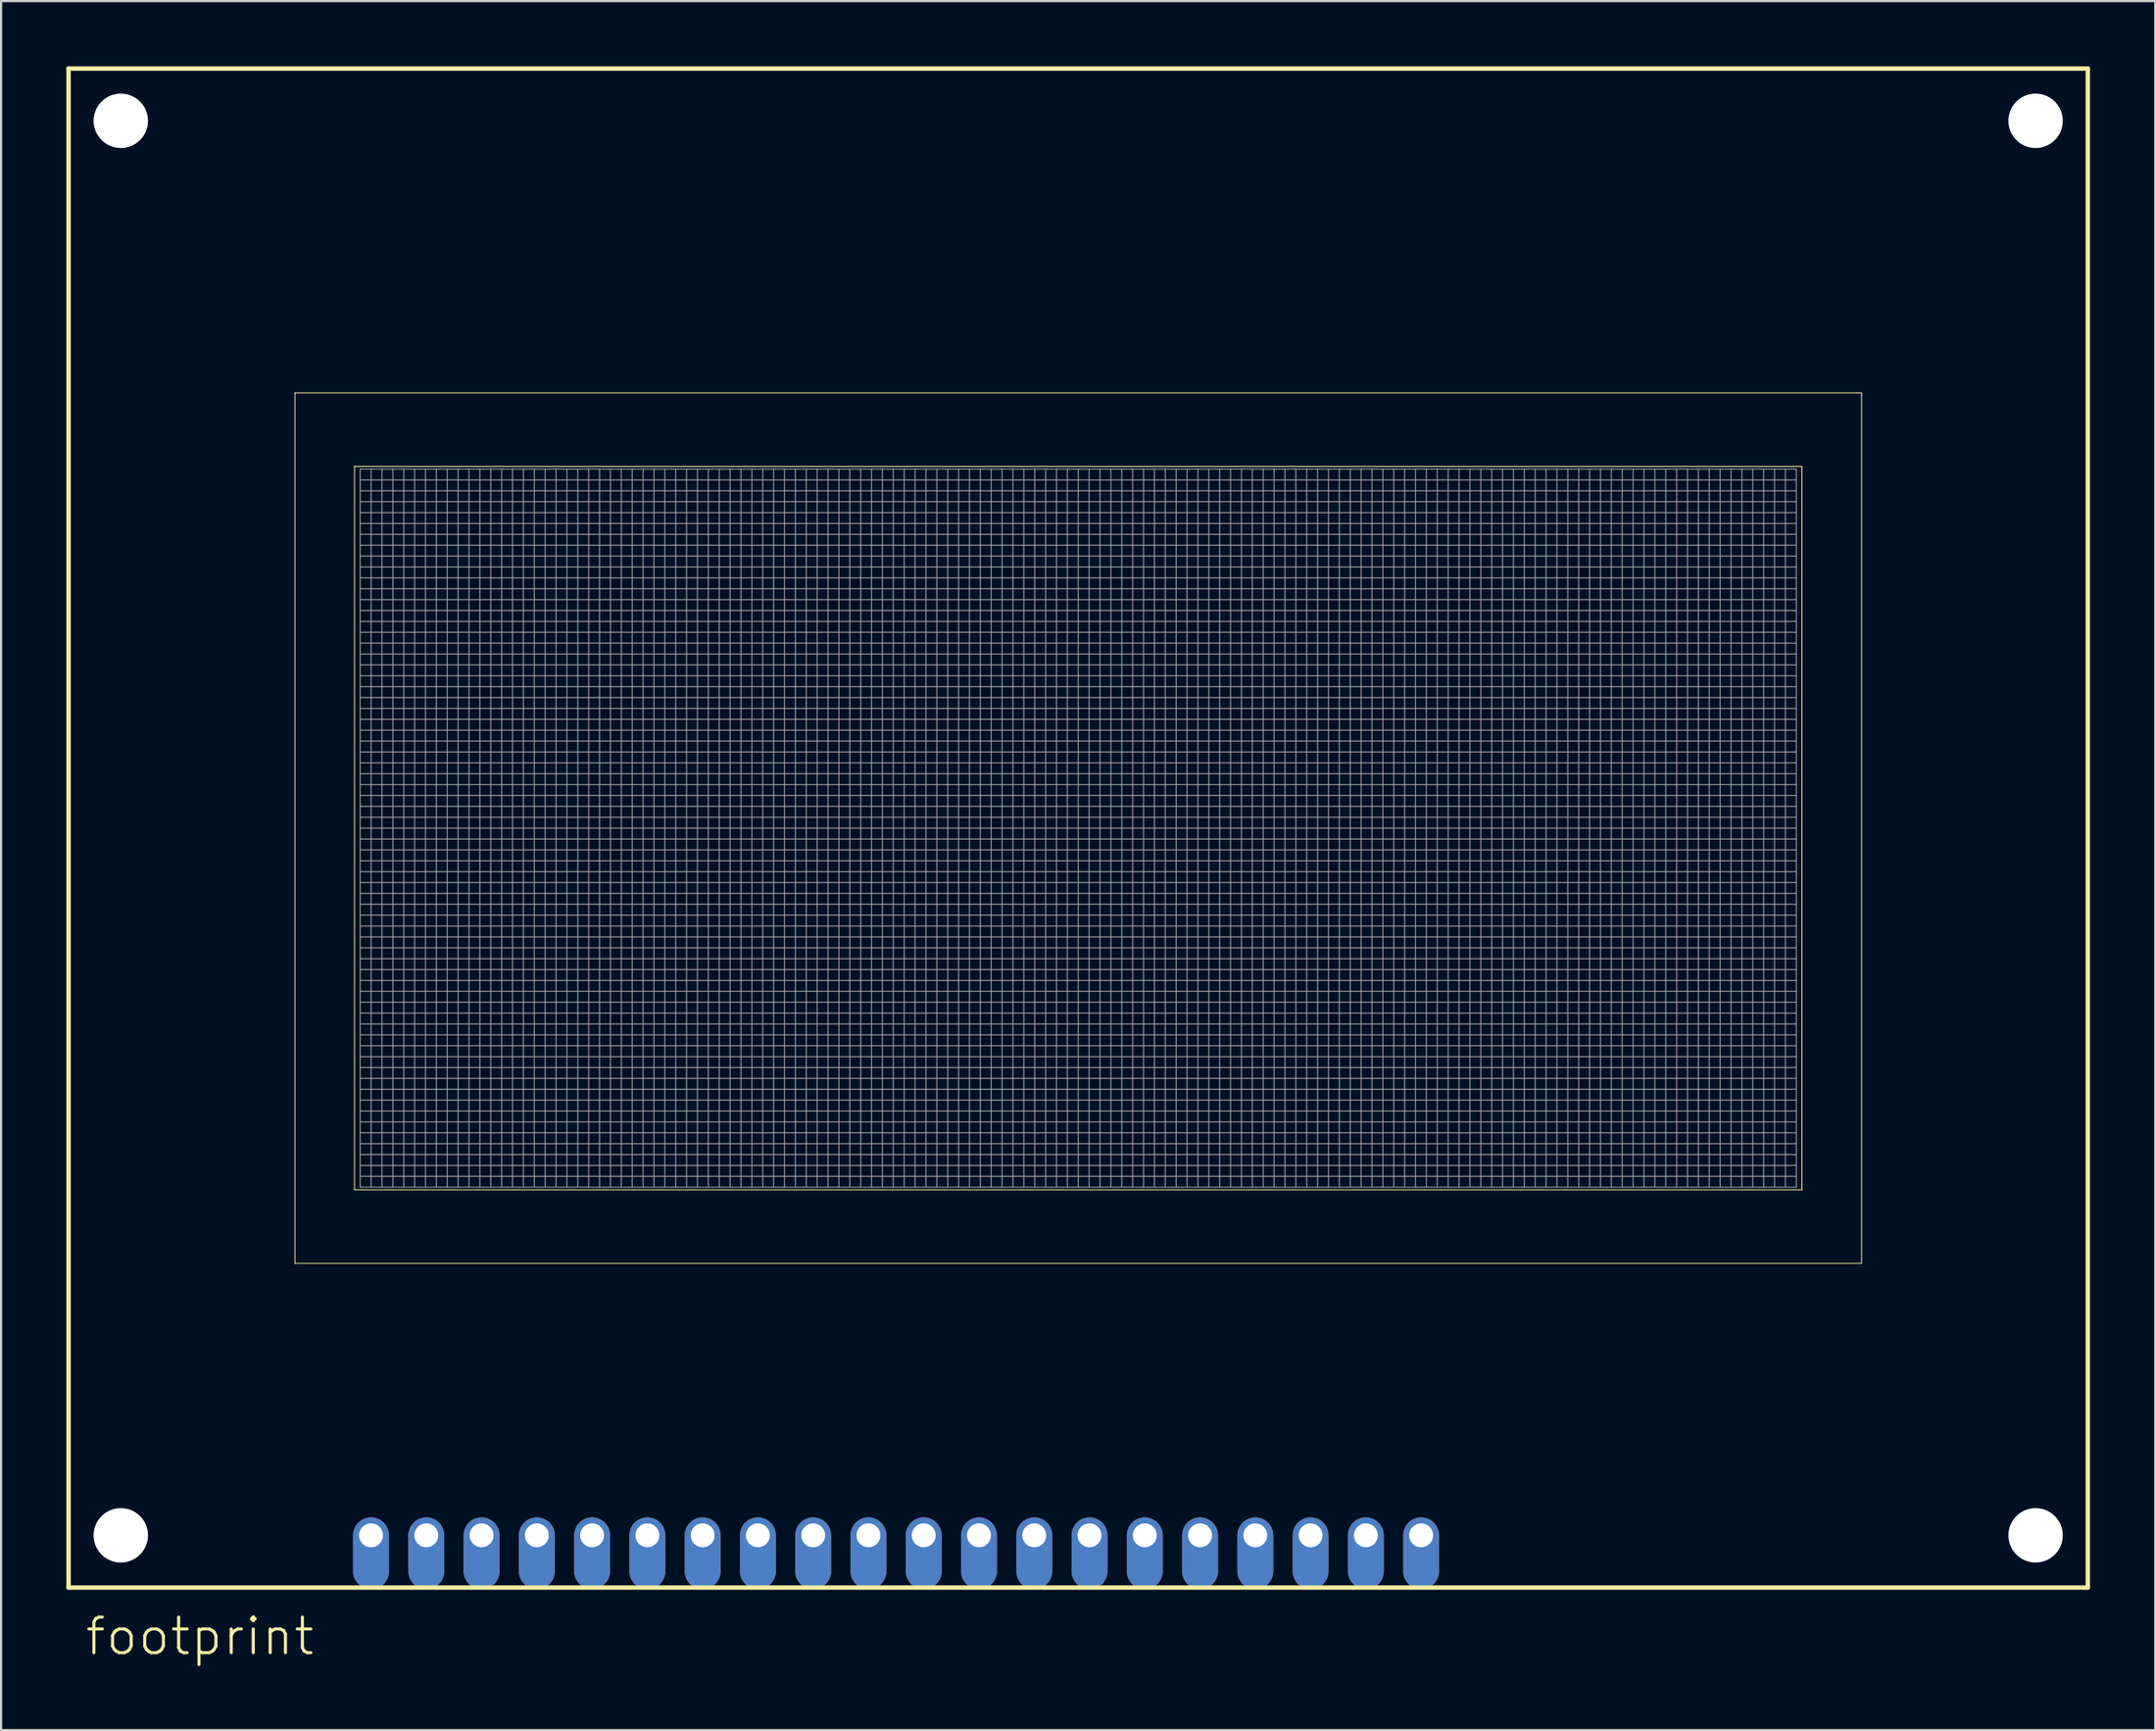
<source format=kicad_pcb>
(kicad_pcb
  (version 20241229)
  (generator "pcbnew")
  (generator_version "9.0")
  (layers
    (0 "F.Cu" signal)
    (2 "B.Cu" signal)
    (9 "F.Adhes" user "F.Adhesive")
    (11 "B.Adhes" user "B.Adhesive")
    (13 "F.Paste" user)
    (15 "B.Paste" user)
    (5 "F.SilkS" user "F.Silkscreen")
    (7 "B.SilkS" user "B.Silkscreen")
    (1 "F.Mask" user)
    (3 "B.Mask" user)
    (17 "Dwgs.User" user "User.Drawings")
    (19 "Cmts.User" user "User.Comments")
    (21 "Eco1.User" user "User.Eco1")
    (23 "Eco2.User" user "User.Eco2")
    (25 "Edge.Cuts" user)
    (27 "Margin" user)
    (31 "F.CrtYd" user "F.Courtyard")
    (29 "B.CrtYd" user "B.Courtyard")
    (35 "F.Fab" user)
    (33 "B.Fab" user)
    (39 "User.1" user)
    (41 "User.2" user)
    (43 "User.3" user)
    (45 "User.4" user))
  (footprint "footprint"
    (layer "F.Cu")
    (at 46.502 35.002)
    (property "Reference" "footprint" (at -45.72 38.1 0) (layer "F.SilkS") (effects (font (size 1.636 1.636) (thickness 0.142)) (justify left bottom)))
    (fp_line (start -46.4 -34.9) (end 46.4 -34.9) (stroke (width 0.203) (type solid)) (layer "F.SilkS"))
    (fp_line (start -46.4 34.9) (end -46.4 -34.9) (stroke (width 0.203) (type solid)) (layer "F.SilkS"))
    (fp_line (start -36 -20) (end -36 20) (stroke (width 0.04) (type solid)) (layer "F.SilkS"))
    (fp_line (start -36 -20) (end 36 -20) (stroke (width 0.04) (type solid)) (layer "F.SilkS"))
    (fp_line (start -33.26 -16.62) (end -33.26 16.62) (stroke (width 0.04) (type solid)) (layer "F.SilkS"))
    (fp_line (start -33.26 -16.62) (end 33.26 -16.62) (stroke (width 0.04) (type solid)) (layer "F.SilkS"))
    (fp_line (start 33.26 -16.62) (end 33.26 16.62) (stroke (width 0.04) (type solid)) (layer "F.SilkS"))
    (fp_line (start 33.26 16.62) (end -33.26 16.62) (stroke (width 0.04) (type solid)) (layer "F.SilkS"))
    (fp_line (start 36 20) (end -36 20) (stroke (width 0.04) (type solid)) (layer "F.SilkS"))
    (fp_line (start 36 20) (end 36 -20) (stroke (width 0.04) (type solid)) (layer "F.SilkS"))
    (fp_line (start 46.4 -34.9) (end 46.4 34.9) (stroke (width 0.203) (type solid)) (layer "F.SilkS"))
    (fp_line (start 46.4 34.9) (end -46.4 34.9) (stroke (width 0.203) (type solid)) (layer "F.SilkS"))
    (fp_line (start -33 -16.5) (end 33 -16.5) (stroke (width 0.04) (type solid)) (layer "F.Fab"))
    (fp_line (start -33 -16) (end 33 -16) (stroke (width 0.04) (type solid)) (layer "F.Fab"))
    (fp_line (start -33 -15.5) (end 33 -15.5) (stroke (width 0.04) (type solid)) (layer "F.Fab"))
    (fp_line (start -33 -15) (end 33 -15) (stroke (width 0.04) (type solid)) (layer "F.Fab"))
    (fp_line (start -33 -14.5) (end 33 -14.5) (stroke (width 0.04) (type solid)) (layer "F.Fab"))
    (fp_line (start -33 -14) (end 33 -14) (stroke (width 0.04) (type solid)) (layer "F.Fab"))
    (fp_line (start -33 -13.5) (end 33 -13.5) (stroke (width 0.04) (type solid)) (layer "F.Fab"))
    (fp_line (start -33 -13) (end 33 -13) (stroke (width 0.04) (type solid)) (layer "F.Fab"))
    (fp_line (start -33 -12.5) (end 33 -12.5) (stroke (width 0.04) (type solid)) (layer "F.Fab"))
    (fp_line (start -33 -12) (end 33 -12) (stroke (width 0.04) (type solid)) (layer "F.Fab"))
    (fp_line (start -33 -11.5) (end 33 -11.5) (stroke (width 0.04) (type solid)) (layer "F.Fab"))
    (fp_line (start -33 -11) (end 33 -11) (stroke (width 0.04) (type solid)) (layer "F.Fab"))
    (fp_line (start -33 -10.5) (end 33 -10.5) (stroke (width 0.04) (type solid)) (layer "F.Fab"))
    (fp_line (start -33 -10) (end 33 -10) (stroke (width 0.04) (type solid)) (layer "F.Fab"))
    (fp_line (start -33 -9.5) (end 33 -9.5) (stroke (width 0.04) (type solid)) (layer "F.Fab"))
    (fp_line (start -33 -9) (end 33 -9) (stroke (width 0.04) (type solid)) (layer "F.Fab"))
    (fp_line (start -33 -8.5) (end 33 -8.5) (stroke (width 0.04) (type solid)) (layer "F.Fab"))
    (fp_line (start -33 -8) (end 33 -8) (stroke (width 0.04) (type solid)) (layer "F.Fab"))
    (fp_line (start -33 -7.5) (end 33 -7.5) (stroke (width 0.04) (type solid)) (layer "F.Fab"))
    (fp_line (start -33 -7) (end 33 -7) (stroke (width 0.04) (type solid)) (layer "F.Fab"))
    (fp_line (start -33 -6.5) (end 33 -6.5) (stroke (width 0.04) (type solid)) (layer "F.Fab"))
    (fp_line (start -33 -6) (end 33 -6) (stroke (width 0.04) (type solid)) (layer "F.Fab"))
    (fp_line (start -33 -5.5) (end 33 -5.5) (stroke (width 0.04) (type solid)) (layer "F.Fab"))
    (fp_line (start -33 -5) (end 33 -5) (stroke (width 0.04) (type solid)) (layer "F.Fab"))
    (fp_line (start -33 -4.5) (end 33 -4.5) (stroke (width 0.04) (type solid)) (layer "F.Fab"))
    (fp_line (start -33 -4) (end 33 -4) (stroke (width 0.04) (type solid)) (layer "F.Fab"))
    (fp_line (start -33 -3.5) (end 33 -3.5) (stroke (width 0.04) (type solid)) (layer "F.Fab"))
    (fp_line (start -33 -3) (end 33 -3) (stroke (width 0.04) (type solid)) (layer "F.Fab"))
    (fp_line (start -33 -2.5) (end 33 -2.5) (stroke (width 0.04) (type solid)) (layer "F.Fab"))
    (fp_line (start -33 -2) (end 33 -2) (stroke (width 0.04) (type solid)) (layer "F.Fab"))
    (fp_line (start -33 -1.5) (end 33 -1.5) (stroke (width 0.04) (type solid)) (layer "F.Fab"))
    (fp_line (start -33 -1) (end 33 -1) (stroke (width 0.04) (type solid)) (layer "F.Fab"))
    (fp_line (start -33 -0.5) (end 33 -0.5) (stroke (width 0.04) (type solid)) (layer "F.Fab"))
    (fp_line (start -33 0) (end 33 0) (stroke (width 0.04) (type solid)) (layer "F.Fab"))
    (fp_line (start -33 0.5) (end 33 0.5) (stroke (width 0.04) (type solid)) (layer "F.Fab"))
    (fp_line (start -33 1) (end 33 1) (stroke (width 0.04) (type solid)) (layer "F.Fab"))
    (fp_line (start -33 1.5) (end 33 1.5) (stroke (width 0.04) (type solid)) (layer "F.Fab"))
    (fp_line (start -33 2) (end 33 2) (stroke (width 0.04) (type solid)) (layer "F.Fab"))
    (fp_line (start -33 2.5) (end 33 2.5) (stroke (width 0.04) (type solid)) (layer "F.Fab"))
    (fp_line (start -33 3) (end 33 3) (stroke (width 0.04) (type solid)) (layer "F.Fab"))
    (fp_line (start -33 3.5) (end 33 3.5) (stroke (width 0.04) (type solid)) (layer "F.Fab"))
    (fp_line (start -33 4) (end 33 4) (stroke (width 0.04) (type solid)) (layer "F.Fab"))
    (fp_line (start -33 4.5) (end 33 4.5) (stroke (width 0.04) (type solid)) (layer "F.Fab"))
    (fp_line (start -33 5) (end 33 5) (stroke (width 0.04) (type solid)) (layer "F.Fab"))
    (fp_line (start -33 5.5) (end 33 5.5) (stroke (width 0.04) (type solid)) (layer "F.Fab"))
    (fp_line (start -33 6) (end 33 6) (stroke (width 0.04) (type solid)) (layer "F.Fab"))
    (fp_line (start -33 6.5) (end 33 6.5) (stroke (width 0.04) (type solid)) (layer "F.Fab"))
    (fp_line (start -33 7) (end 33 7) (stroke (width 0.04) (type solid)) (layer "F.Fab"))
    (fp_line (start -33 7.5) (end 33 7.5) (stroke (width 0.04) (type solid)) (layer "F.Fab"))
    (fp_line (start -33 8) (end 33 8) (stroke (width 0.04) (type solid)) (layer "F.Fab"))
    (fp_line (start -33 8.5) (end 33 8.5) (stroke (width 0.04) (type solid)) (layer "F.Fab"))
    (fp_line (start -33 9) (end 33 9) (stroke (width 0.04) (type solid)) (layer "F.Fab"))
    (fp_line (start -33 9.5) (end 33 9.5) (stroke (width 0.04) (type solid)) (layer "F.Fab"))
    (fp_line (start -33 10) (end 33 10) (stroke (width 0.04) (type solid)) (layer "F.Fab"))
    (fp_line (start -33 10.5) (end 33 10.5) (stroke (width 0.04) (type solid)) (layer "F.Fab"))
    (fp_line (start -33 11) (end 33 11) (stroke (width 0.04) (type solid)) (layer "F.Fab"))
    (fp_line (start -33 11.5) (end 33 11.5) (stroke (width 0.04) (type solid)) (layer "F.Fab"))
    (fp_line (start -33 12) (end 33 12) (stroke (width 0.04) (type solid)) (layer "F.Fab"))
    (fp_line (start -33 12.5) (end 33 12.5) (stroke (width 0.04) (type solid)) (layer "F.Fab"))
    (fp_line (start -33 13) (end 33 13) (stroke (width 0.04) (type solid)) (layer "F.Fab"))
    (fp_line (start -33 13.5) (end 33 13.5) (stroke (width 0.04) (type solid)) (layer "F.Fab"))
    (fp_line (start -33 14) (end 33 14) (stroke (width 0.04) (type solid)) (layer "F.Fab"))
    (fp_line (start -33 14.5) (end 33 14.5) (stroke (width 0.04) (type solid)) (layer "F.Fab"))
    (fp_line (start -33 15) (end 33 15) (stroke (width 0.04) (type solid)) (layer "F.Fab"))
    (fp_line (start -33 15.5) (end 33 15.5) (stroke (width 0.04) (type solid)) (layer "F.Fab"))
    (fp_line (start -33 16) (end 33 16) (stroke (width 0.04) (type solid)) (layer "F.Fab"))
    (fp_line (start -33 16.5) (end -33 -16.5) (stroke (width 0.04) (type solid)) (layer "F.Fab"))
    (fp_line (start -33 16.5) (end 33 16.5) (stroke (width 0.04) (type solid)) (layer "F.Fab"))
    (fp_line (start -32.5 16.5) (end -32.5 -16.5) (stroke (width 0.04) (type solid)) (layer "F.Fab"))
    (fp_line (start -32 16.5) (end -32 -16.5) (stroke (width 0.04) (type solid)) (layer "F.Fab"))
    (fp_line (start -31.5 16.5) (end -31.5 -16.5) (stroke (width 0.04) (type solid)) (layer "F.Fab"))
    (fp_line (start -31 16.5) (end -31 -16.5) (stroke (width 0.04) (type solid)) (layer "F.Fab"))
    (fp_line (start -30.5 16.5) (end -30.5 -16.5) (stroke (width 0.04) (type solid)) (layer "F.Fab"))
    (fp_line (start -30 16.5) (end -30 -16.5) (stroke (width 0.04) (type solid)) (layer "F.Fab"))
    (fp_line (start -29.5 16.5) (end -29.5 -16.5) (stroke (width 0.04) (type solid)) (layer "F.Fab"))
    (fp_line (start -29 16.5) (end -29 -16.5) (stroke (width 0.04) (type solid)) (layer "F.Fab"))
    (fp_line (start -28.5 16.5) (end -28.5 -16.5) (stroke (width 0.04) (type solid)) (layer "F.Fab"))
    (fp_line (start -28 16.5) (end -28 -16.5) (stroke (width 0.04) (type solid)) (layer "F.Fab"))
    (fp_line (start -27.5 16.5) (end -27.5 -16.5) (stroke (width 0.04) (type solid)) (layer "F.Fab"))
    (fp_line (start -27 16.5) (end -27 -16.5) (stroke (width 0.04) (type solid)) (layer "F.Fab"))
    (fp_line (start -26.5 16.5) (end -26.5 -16.5) (stroke (width 0.04) (type solid)) (layer "F.Fab"))
    (fp_line (start -26 16.5) (end -26 -16.5) (stroke (width 0.04) (type solid)) (layer "F.Fab"))
    (fp_line (start -25.5 16.5) (end -25.5 -16.5) (stroke (width 0.04) (type solid)) (layer "F.Fab"))
    (fp_line (start -25 16.5) (end -25 -16.5) (stroke (width 0.04) (type solid)) (layer "F.Fab"))
    (fp_line (start -24.5 16.5) (end -24.5 -16.5) (stroke (width 0.04) (type solid)) (layer "F.Fab"))
    (fp_line (start -24 16.5) (end -24 -16.5) (stroke (width 0.04) (type solid)) (layer "F.Fab"))
    (fp_line (start -23.5 16.5) (end -23.5 -16.5) (stroke (width 0.04) (type solid)) (layer "F.Fab"))
    (fp_line (start -23 16.5) (end -23 -16.5) (stroke (width 0.04) (type solid)) (layer "F.Fab"))
    (fp_line (start -22.5 16.5) (end -22.5 -16.5) (stroke (width 0.04) (type solid)) (layer "F.Fab"))
    (fp_line (start -22 16.5) (end -22 -16.5) (stroke (width 0.04) (type solid)) (layer "F.Fab"))
    (fp_line (start -21.5 16.5) (end -21.5 -16.5) (stroke (width 0.04) (type solid)) (layer "F.Fab"))
    (fp_line (start -21 16.5) (end -21 -16.5) (stroke (width 0.04) (type solid)) (layer "F.Fab"))
    (fp_line (start -20.5 16.5) (end -20.5 -16.5) (stroke (width 0.04) (type solid)) (layer "F.Fab"))
    (fp_line (start -20 16.5) (end -20 -16.5) (stroke (width 0.04) (type solid)) (layer "F.Fab"))
    (fp_line (start -19.5 16.5) (end -19.5 -16.5) (stroke (width 0.04) (type solid)) (layer "F.Fab"))
    (fp_line (start -19 16.5) (end -19 -16.5) (stroke (width 0.04) (type solid)) (layer "F.Fab"))
    (fp_line (start -18.5 16.5) (end -18.5 -16.5) (stroke (width 0.04) (type solid)) (layer "F.Fab"))
    (fp_line (start -18 16.5) (end -18 -16.5) (stroke (width 0.04) (type solid)) (layer "F.Fab"))
    (fp_line (start -17.5 16.5) (end -17.5 -16.5) (stroke (width 0.04) (type solid)) (layer "F.Fab"))
    (fp_line (start -17 16.5) (end -17 -16.5) (stroke (width 0.04) (type solid)) (layer "F.Fab"))
    (fp_line (start -16.5 16.5) (end -16.5 -16.5) (stroke (width 0.04) (type solid)) (layer "F.Fab"))
    (fp_line (start -16 16.5) (end -16 -16.5) (stroke (width 0.04) (type solid)) (layer "F.Fab"))
    (fp_line (start -15.5 16.5) (end -15.5 -16.5) (stroke (width 0.04) (type solid)) (layer "F.Fab"))
    (fp_line (start -15 16.5) (end -15 -16.5) (stroke (width 0.04) (type solid)) (layer "F.Fab"))
    (fp_line (start -14.5 16.5) (end -14.5 -16.5) (stroke (width 0.04) (type solid)) (layer "F.Fab"))
    (fp_line (start -14 16.5) (end -14 -16.5) (stroke (width 0.04) (type solid)) (layer "F.Fab"))
    (fp_line (start -13.5 16.5) (end -13.5 -16.5) (stroke (width 0.04) (type solid)) (layer "F.Fab"))
    (fp_line (start -13 16.5) (end -13 -16.5) (stroke (width 0.04) (type solid)) (layer "F.Fab"))
    (fp_line (start -12.5 16.5) (end -12.5 -16.5) (stroke (width 0.04) (type solid)) (layer "F.Fab"))
    (fp_line (start -12 16.5) (end -12 -16.5) (stroke (width 0.04) (type solid)) (layer "F.Fab"))
    (fp_line (start -11.5 16.5) (end -11.5 -16.5) (stroke (width 0.04) (type solid)) (layer "F.Fab"))
    (fp_line (start -11 16.5) (end -11 -16.5) (stroke (width 0.04) (type solid)) (layer "F.Fab"))
    (fp_line (start -10.5 16.5) (end -10.5 -16.5) (stroke (width 0.04) (type solid)) (layer "F.Fab"))
    (fp_line (start -10 16.5) (end -10 -16.5) (stroke (width 0.04) (type solid)) (layer "F.Fab"))
    (fp_line (start -9.5 16.5) (end -9.5 -16.5) (stroke (width 0.04) (type solid)) (layer "F.Fab"))
    (fp_line (start -9 16.5) (end -9 -16.5) (stroke (width 0.04) (type solid)) (layer "F.Fab"))
    (fp_line (start -8.5 16.5) (end -8.5 -16.5) (stroke (width 0.04) (type solid)) (layer "F.Fab"))
    (fp_line (start -8 16.5) (end -8 -16.5) (stroke (width 0.04) (type solid)) (layer "F.Fab"))
    (fp_line (start -7.5 16.5) (end -7.5 -16.5) (stroke (width 0.04) (type solid)) (layer "F.Fab"))
    (fp_line (start -7 16.5) (end -7 -16.5) (stroke (width 0.04) (type solid)) (layer "F.Fab"))
    (fp_line (start -6.5 16.5) (end -6.5 -16.5) (stroke (width 0.04) (type solid)) (layer "F.Fab"))
    (fp_line (start -6 16.5) (end -6 -16.5) (stroke (width 0.04) (type solid)) (layer "F.Fab"))
    (fp_line (start -5.5 16.5) (end -5.5 -16.5) (stroke (width 0.04) (type solid)) (layer "F.Fab"))
    (fp_line (start -5 16.5) (end -5 -16.5) (stroke (width 0.04) (type solid)) (layer "F.Fab"))
    (fp_line (start -4.5 16.5) (end -4.5 -16.5) (stroke (width 0.04) (type solid)) (layer "F.Fab"))
    (fp_line (start -4 16.5) (end -4 -16.5) (stroke (width 0.04) (type solid)) (layer "F.Fab"))
    (fp_line (start -3.5 16.5) (end -3.5 -16.5) (stroke (width 0.04) (type solid)) (layer "F.Fab"))
    (fp_line (start -3 16.5) (end -3 -16.5) (stroke (width 0.04) (type solid)) (layer "F.Fab"))
    (fp_line (start -2.5 16.5) (end -2.5 -16.5) (stroke (width 0.04) (type solid)) (layer "F.Fab"))
    (fp_line (start -2 16.5) (end -2 -16.5) (stroke (width 0.04) (type solid)) (layer "F.Fab"))
    (fp_line (start -1.5 16.5) (end -1.5 -16.5) (stroke (width 0.04) (type solid)) (layer "F.Fab"))
    (fp_line (start -1 16.5) (end -1 -16.5) (stroke (width 0.04) (type solid)) (layer "F.Fab"))
    (fp_line (start -0.5 16.5) (end -0.5 -16.5) (stroke (width 0.04) (type solid)) (layer "F.Fab"))
    (fp_line (start 0 16.5) (end 0 -16.5) (stroke (width 0.04) (type solid)) (layer "F.Fab"))
    (fp_line (start 0.5 16.5) (end 0.5 -16.5) (stroke (width 0.04) (type solid)) (layer "F.Fab"))
    (fp_line (start 1 16.5) (end 1 -16.5) (stroke (width 0.04) (type solid)) (layer "F.Fab"))
    (fp_line (start 1.5 16.5) (end 1.5 -16.5) (stroke (width 0.04) (type solid)) (layer "F.Fab"))
    (fp_line (start 2 16.5) (end 2 -16.5) (stroke (width 0.04) (type solid)) (layer "F.Fab"))
    (fp_line (start 2.5 16.5) (end 2.5 -16.5) (stroke (width 0.04) (type solid)) (layer "F.Fab"))
    (fp_line (start 3 16.5) (end 3 -16.5) (stroke (width 0.04) (type solid)) (layer "F.Fab"))
    (fp_line (start 3.5 16.5) (end 3.5 -16.5) (stroke (width 0.04) (type solid)) (layer "F.Fab"))
    (fp_line (start 4 16.5) (end 4 -16.5) (stroke (width 0.04) (type solid)) (layer "F.Fab"))
    (fp_line (start 4.5 16.5) (end 4.5 -16.5) (stroke (width 0.04) (type solid)) (layer "F.Fab"))
    (fp_line (start 5 16.5) (end 5 -16.5) (stroke (width 0.04) (type solid)) (layer "F.Fab"))
    (fp_line (start 5.5 16.5) (end 5.5 -16.5) (stroke (width 0.04) (type solid)) (layer "F.Fab"))
    (fp_line (start 6 16.5) (end 6 -16.5) (stroke (width 0.04) (type solid)) (layer "F.Fab"))
    (fp_line (start 6.5 16.5) (end 6.5 -16.5) (stroke (width 0.04) (type solid)) (layer "F.Fab"))
    (fp_line (start 7 16.5) (end 7 -16.5) (stroke (width 0.04) (type solid)) (layer "F.Fab"))
    (fp_line (start 7.5 16.5) (end 7.5 -16.5) (stroke (width 0.04) (type solid)) (layer "F.Fab"))
    (fp_line (start 8 16.5) (end 8 -16.5) (stroke (width 0.04) (type solid)) (layer "F.Fab"))
    (fp_line (start 8.5 16.5) (end 8.5 -16.5) (stroke (width 0.04) (type solid)) (layer "F.Fab"))
    (fp_line (start 9 16.5) (end 9 -16.5) (stroke (width 0.04) (type solid)) (layer "F.Fab"))
    (fp_line (start 9.5 16.5) (end 9.5 -16.5) (stroke (width 0.04) (type solid)) (layer "F.Fab"))
    (fp_line (start 10 16.5) (end 10 -16.5) (stroke (width 0.04) (type solid)) (layer "F.Fab"))
    (fp_line (start 10.5 16.5) (end 10.5 -16.5) (stroke (width 0.04) (type solid)) (layer "F.Fab"))
    (fp_line (start 11 16.5) (end 11 -16.5) (stroke (width 0.04) (type solid)) (layer "F.Fab"))
    (fp_line (start 11.5 16.5) (end 11.5 -16.5) (stroke (width 0.04) (type solid)) (layer "F.Fab"))
    (fp_line (start 12 16.5) (end 12 -16.5) (stroke (width 0.04) (type solid)) (layer "F.Fab"))
    (fp_line (start 12.5 16.5) (end 12.5 -16.5) (stroke (width 0.04) (type solid)) (layer "F.Fab"))
    (fp_line (start 13 16.5) (end 13 -16.5) (stroke (width 0.04) (type solid)) (layer "F.Fab"))
    (fp_line (start 13.5 16.5) (end 13.5 -16.5) (stroke (width 0.04) (type solid)) (layer "F.Fab"))
    (fp_line (start 14 16.5) (end 14 -16.5) (stroke (width 0.04) (type solid)) (layer "F.Fab"))
    (fp_line (start 14.5 16.5) (end 14.5 -16.5) (stroke (width 0.04) (type solid)) (layer "F.Fab"))
    (fp_line (start 15 16.5) (end 15 -16.5) (stroke (width 0.04) (type solid)) (layer "F.Fab"))
    (fp_line (start 15.5 16.5) (end 15.5 -16.5) (stroke (width 0.04) (type solid)) (layer "F.Fab"))
    (fp_line (start 16 16.5) (end 16 -16.5) (stroke (width 0.04) (type solid)) (layer "F.Fab"))
    (fp_line (start 16.5 16.5) (end 16.5 -16.5) (stroke (width 0.04) (type solid)) (layer "F.Fab"))
    (fp_line (start 17 16.5) (end 17 -16.5) (stroke (width 0.04) (type solid)) (layer "F.Fab"))
    (fp_line (start 17.5 16.5) (end 17.5 -16.5) (stroke (width 0.04) (type solid)) (layer "F.Fab"))
    (fp_line (start 18 16.5) (end 18 -16.5) (stroke (width 0.04) (type solid)) (layer "F.Fab"))
    (fp_line (start 18.5 16.5) (end 18.5 -16.5) (stroke (width 0.04) (type solid)) (layer "F.Fab"))
    (fp_line (start 19 16.5) (end 19 -16.5) (stroke (width 0.04) (type solid)) (layer "F.Fab"))
    (fp_line (start 19.5 16.5) (end 19.5 -16.5) (stroke (width 0.04) (type solid)) (layer "F.Fab"))
    (fp_line (start 20 16.5) (end 20 -16.5) (stroke (width 0.04) (type solid)) (layer "F.Fab"))
    (fp_line (start 20.5 16.5) (end 20.5 -16.5) (stroke (width 0.04) (type solid)) (layer "F.Fab"))
    (fp_line (start 21 16.5) (end 21 -16.5) (stroke (width 0.04) (type solid)) (layer "F.Fab"))
    (fp_line (start 21.5 16.5) (end 21.5 -16.5) (stroke (width 0.04) (type solid)) (layer "F.Fab"))
    (fp_line (start 22 16.5) (end 22 -16.5) (stroke (width 0.04) (type solid)) (layer "F.Fab"))
    (fp_line (start 22.5 16.5) (end 22.5 -16.5) (stroke (width 0.04) (type solid)) (layer "F.Fab"))
    (fp_line (start 23 16.5) (end 23 -16.5) (stroke (width 0.04) (type solid)) (layer "F.Fab"))
    (fp_line (start 23.5 16.5) (end 23.5 -16.5) (stroke (width 0.04) (type solid)) (layer "F.Fab"))
    (fp_line (start 24 16.5) (end 24 -16.5) (stroke (width 0.04) (type solid)) (layer "F.Fab"))
    (fp_line (start 24.5 16.5) (end 24.5 -16.5) (stroke (width 0.04) (type solid)) (layer "F.Fab"))
    (fp_line (start 25 16.5) (end 25 -16.5) (stroke (width 0.04) (type solid)) (layer "F.Fab"))
    (fp_line (start 25.5 16.5) (end 25.5 -16.5) (stroke (width 0.04) (type solid)) (layer "F.Fab"))
    (fp_line (start 26 16.5) (end 26 -16.5) (stroke (width 0.04) (type solid)) (layer "F.Fab"))
    (fp_line (start 26.5 16.5) (end 26.5 -16.5) (stroke (width 0.04) (type solid)) (layer "F.Fab"))
    (fp_line (start 27 16.5) (end 27 -16.5) (stroke (width 0.04) (type solid)) (layer "F.Fab"))
    (fp_line (start 27.5 16.5) (end 27.5 -16.5) (stroke (width 0.04) (type solid)) (layer "F.Fab"))
    (fp_line (start 28 16.5) (end 28 -16.5) (stroke (width 0.04) (type solid)) (layer "F.Fab"))
    (fp_line (start 28.5 16.5) (end 28.5 -16.5) (stroke (width 0.04) (type solid)) (layer "F.Fab"))
    (fp_line (start 29 16.5) (end 29 -16.5) (stroke (width 0.04) (type solid)) (layer "F.Fab"))
    (fp_line (start 29.5 16.5) (end 29.5 -16.5) (stroke (width 0.04) (type solid)) (layer "F.Fab"))
    (fp_line (start 30 16.5) (end 30 -16.5) (stroke (width 0.04) (type solid)) (layer "F.Fab"))
    (fp_line (start 30.5 16.5) (end 30.5 -16.5) (stroke (width 0.04) (type solid)) (layer "F.Fab"))
    (fp_line (start 31 16.5) (end 31 -16.5) (stroke (width 0.04) (type solid)) (layer "F.Fab"))
    (fp_line (start 31.5 16.5) (end 31.5 -16.5) (stroke (width 0.04) (type solid)) (layer "F.Fab"))
    (fp_line (start 32 16.5) (end 32 -16.5) (stroke (width 0.04) (type solid)) (layer "F.Fab"))
    (fp_line (start 32.5 16.5) (end 32.5 -16.5) (stroke (width 0.04) (type solid)) (layer "F.Fab"))
    (fp_line (start 33 16.5) (end 33 -16.5) (stroke (width 0.04) (type solid)) (layer "F.Fab"))
    (pad "" np_thru_hole circle (at -44 -32.5) (size 2.5 2.5) (drill 2.5) (layers "*.Cu" "*.Mask"))
    (pad "" np_thru_hole circle (at -44 32.5) (size 2.5 2.5) (drill 2.5) (layers "*.Cu" "*.Mask"))
    (pad "" np_thru_hole circle (at 44 -32.5) (size 2.5 2.5) (drill 2.5) (layers "*.Cu" "*.Mask"))
    (pad "" np_thru_hole circle (at 44 32.5) (size 2.5 2.5) (drill 2.5) (layers "*.Cu" "*.Mask"))
    (pad "1" thru_hole oval (at 15.76 32.5 270) (size 3.3 1.65) (drill 1.1 (offset 0.825 0)) (layers "*.Cu" "*.Mask"))
    (pad "2" thru_hole oval (at 13.22 32.5 270) (size 3.3 1.65) (drill 1.1 (offset 0.825 0)) (layers "*.Cu" "*.Mask"))
    (pad "3" thru_hole oval (at 10.68 32.5 270) (size 3.3 1.65) (drill 1.1 (offset 0.825 0)) (layers "*.Cu" "*.Mask"))
    (pad "4" thru_hole oval (at 8.14 32.5 270) (size 3.3 1.65) (drill 1.1 (offset 0.825 0)) (layers "*.Cu" "*.Mask"))
    (pad "5" thru_hole oval (at 5.6 32.5 270) (size 3.3 1.65) (drill 1.1 (offset 0.825 0)) (layers "*.Cu" "*.Mask"))
    (pad "6" thru_hole oval (at 3.06 32.5 270) (size 3.3 1.65) (drill 1.1 (offset 0.825 0)) (layers "*.Cu" "*.Mask"))
    (pad "7" thru_hole oval (at 0.52 32.5 270) (size 3.3 1.65) (drill 1.1 (offset 0.825 0)) (layers "*.Cu" "*.Mask"))
    (pad "8" thru_hole oval (at -2.02 32.5 270) (size 3.3 1.65) (drill 1.1 (offset 0.825 0)) (layers "*.Cu" "*.Mask"))
    (pad "9" thru_hole oval (at -4.56 32.5 270) (size 3.3 1.65) (drill 1.1 (offset 0.825 0)) (layers "*.Cu" "*.Mask"))
    (pad "10" thru_hole oval (at -7.1 32.5 270) (size 3.3 1.65) (drill 1.1 (offset 0.825 0)) (layers "*.Cu" "*.Mask"))
    (pad "11" thru_hole oval (at -9.64 32.5 270) (size 3.3 1.65) (drill 1.1 (offset 0.825 0)) (layers "*.Cu" "*.Mask"))
    (pad "12" thru_hole oval (at -12.18 32.5 270) (size 3.3 1.65) (drill 1.1 (offset 0.825 0)) (layers "*.Cu" "*.Mask"))
    (pad "13" thru_hole oval (at -14.72 32.5 270) (size 3.3 1.65) (drill 1.1 (offset 0.825 0)) (layers "*.Cu" "*.Mask"))
    (pad "14" thru_hole oval (at -17.26 32.5 270) (size 3.3 1.65) (drill 1.1 (offset 0.825 0)) (layers "*.Cu" "*.Mask"))
    (pad "15" thru_hole oval (at -19.8 32.5 270) (size 3.3 1.65) (drill 1.1 (offset 0.825 0)) (layers "*.Cu" "*.Mask"))
    (pad "16" thru_hole oval (at -22.34 32.5 270) (size 3.3 1.65) (drill 1.1 (offset 0.825 0)) (layers "*.Cu" "*.Mask"))
    (pad "17" thru_hole oval (at -24.88 32.5 270) (size 3.3 1.65) (drill 1.1 (offset 0.825 0)) (layers "*.Cu" "*.Mask"))
    (pad "18" thru_hole oval (at -27.42 32.5 270) (size 3.3 1.65) (drill 1.1 (offset 0.825 0)) (layers "*.Cu" "*.Mask"))
    (pad "19" thru_hole oval (at -29.96 32.5 270) (size 3.3 1.65) (drill 1.1 (offset 0.825 0)) (layers "*.Cu" "*.Mask"))
    (pad "20" thru_hole oval (at -32.5 32.5 270) (size 3.3 1.65) (drill 1.1 (offset 0.825 0)) (layers "*.Cu" "*.Mask")))
  (gr_rect
    (start -3 -3)
    (end 96.003 76.452)
    (stroke (width 0.1) (type default))
    (fill no)
    (layer "Edge.Cuts")))
</source>
